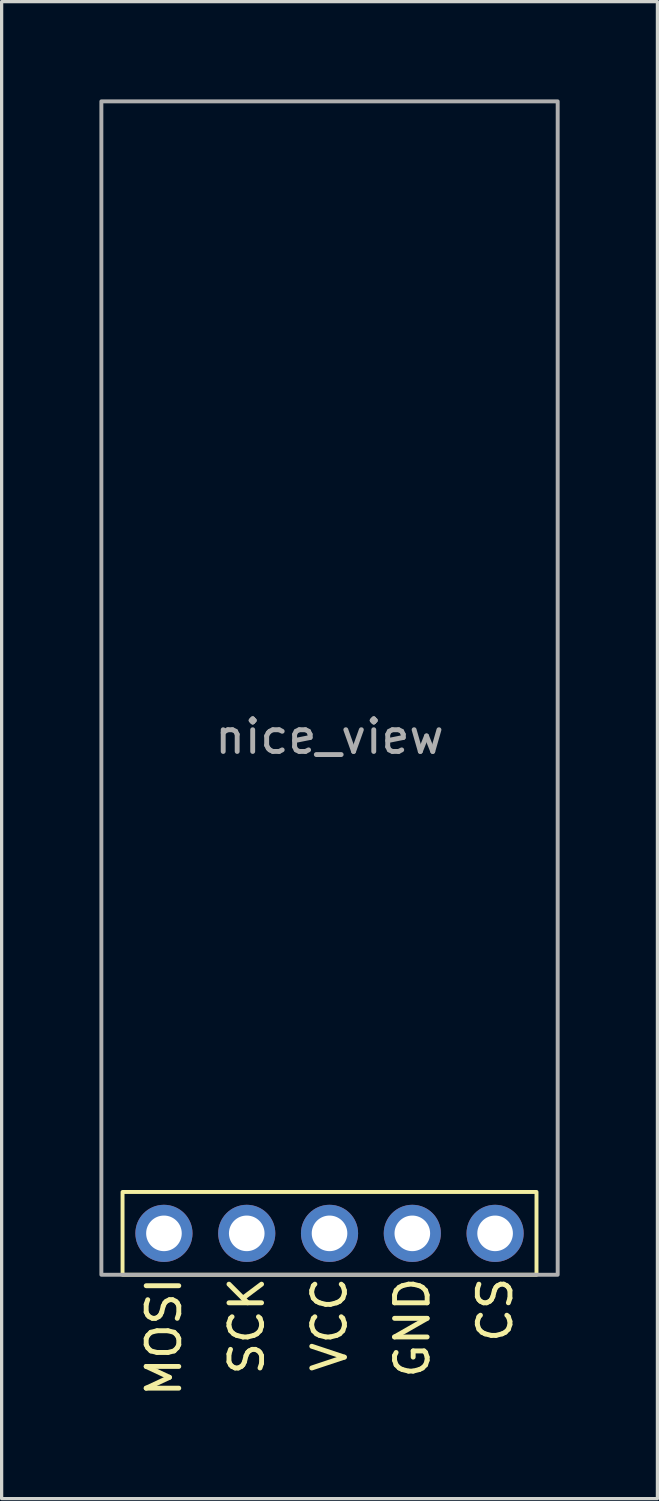
<source format=kicad_pcb>
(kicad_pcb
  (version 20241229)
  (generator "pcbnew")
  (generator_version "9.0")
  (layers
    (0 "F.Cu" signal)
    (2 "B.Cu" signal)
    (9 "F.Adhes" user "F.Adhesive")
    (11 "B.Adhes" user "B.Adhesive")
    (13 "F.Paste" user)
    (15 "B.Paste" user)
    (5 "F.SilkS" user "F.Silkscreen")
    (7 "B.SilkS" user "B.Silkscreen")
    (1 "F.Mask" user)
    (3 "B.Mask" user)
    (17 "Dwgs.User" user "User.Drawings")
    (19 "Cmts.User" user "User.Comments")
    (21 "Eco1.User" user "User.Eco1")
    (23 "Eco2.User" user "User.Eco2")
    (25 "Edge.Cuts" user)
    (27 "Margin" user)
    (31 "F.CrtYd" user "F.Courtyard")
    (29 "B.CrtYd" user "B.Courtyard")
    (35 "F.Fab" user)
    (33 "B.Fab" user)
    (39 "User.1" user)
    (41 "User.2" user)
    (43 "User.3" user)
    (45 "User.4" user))
  (footprint "nice_view"
    (layer "F.Cu")
    (at 7.06 18.28)
    (property "Reference" "nice_view" (at 0 1.27 0) (unlocked yes) (layer "F.Fab") (effects (font (size 1 1) (thickness 0.15))))
    (attr through_hole)
    (fp_rect (start -6.35 15.24) (end 6.35 17.78) (stroke (width 0.12) (type solid)) (fill no) (layer "F.SilkS"))
    (fp_rect (start 7 17.78) (end -7 -18.22) (stroke (width 0.12) (type solid)) (fill no) (layer "F.Fab"))
    (fp_text user "VCC" (at 0 17.78 90) (unlocked yes) (layer "F.SilkS") (effects (font (size 1 1) (thickness 0.15)) (justify right)))
    (fp_text user "MOSI" (at -5.08 17.78 90) (unlocked yes) (layer "F.SilkS") (effects (font (size 1 1) (thickness 0.15)) (justify right)))
    (fp_text user "GND" (at 2.54 17.78 90) (unlocked yes) (layer "F.SilkS") (effects (font (size 1 1) (thickness 0.15)) (justify right)))
    (fp_text user "SCK" (at -2.54 17.78 90) (unlocked yes) (layer "F.SilkS") (effects (font (size 1 1) (thickness 0.15)) (justify right)))
    (fp_text user "CS" (at 5.08 17.78 90) (unlocked yes) (layer "F.SilkS") (effects (font (size 1 1) (thickness 0.15)) (justify right)))
    (pad "1" thru_hole circle (at -5.08 16.51) (size 1.753 1.753) (drill 1.092) (layers "*.Cu" "*.Mask"))
    (pad "2" thru_hole circle (at -2.54 16.51) (size 1.753 1.753) (drill 1.092) (layers "*.Cu" "*.Mask"))
    (pad "3" thru_hole circle (at 0 16.51) (size 1.753 1.753) (drill 1.092) (layers "*.Cu" "*.Mask"))
    (pad "4" thru_hole circle (at 2.54 16.51) (size 1.753 1.753) (drill 1.092) (layers "*.Cu" "*.Mask"))
    (pad "5" thru_hole circle (at 5.08 16.51) (size 1.753 1.753) (drill 1.092) (layers "*.Cu" "*.Mask")))
  (gr_rect
    (start -3 -3)
    (end 17.12 42.929)
    (stroke (width 0.1) (type default))
    (fill no)
    (layer "Edge.Cuts")))
</source>
